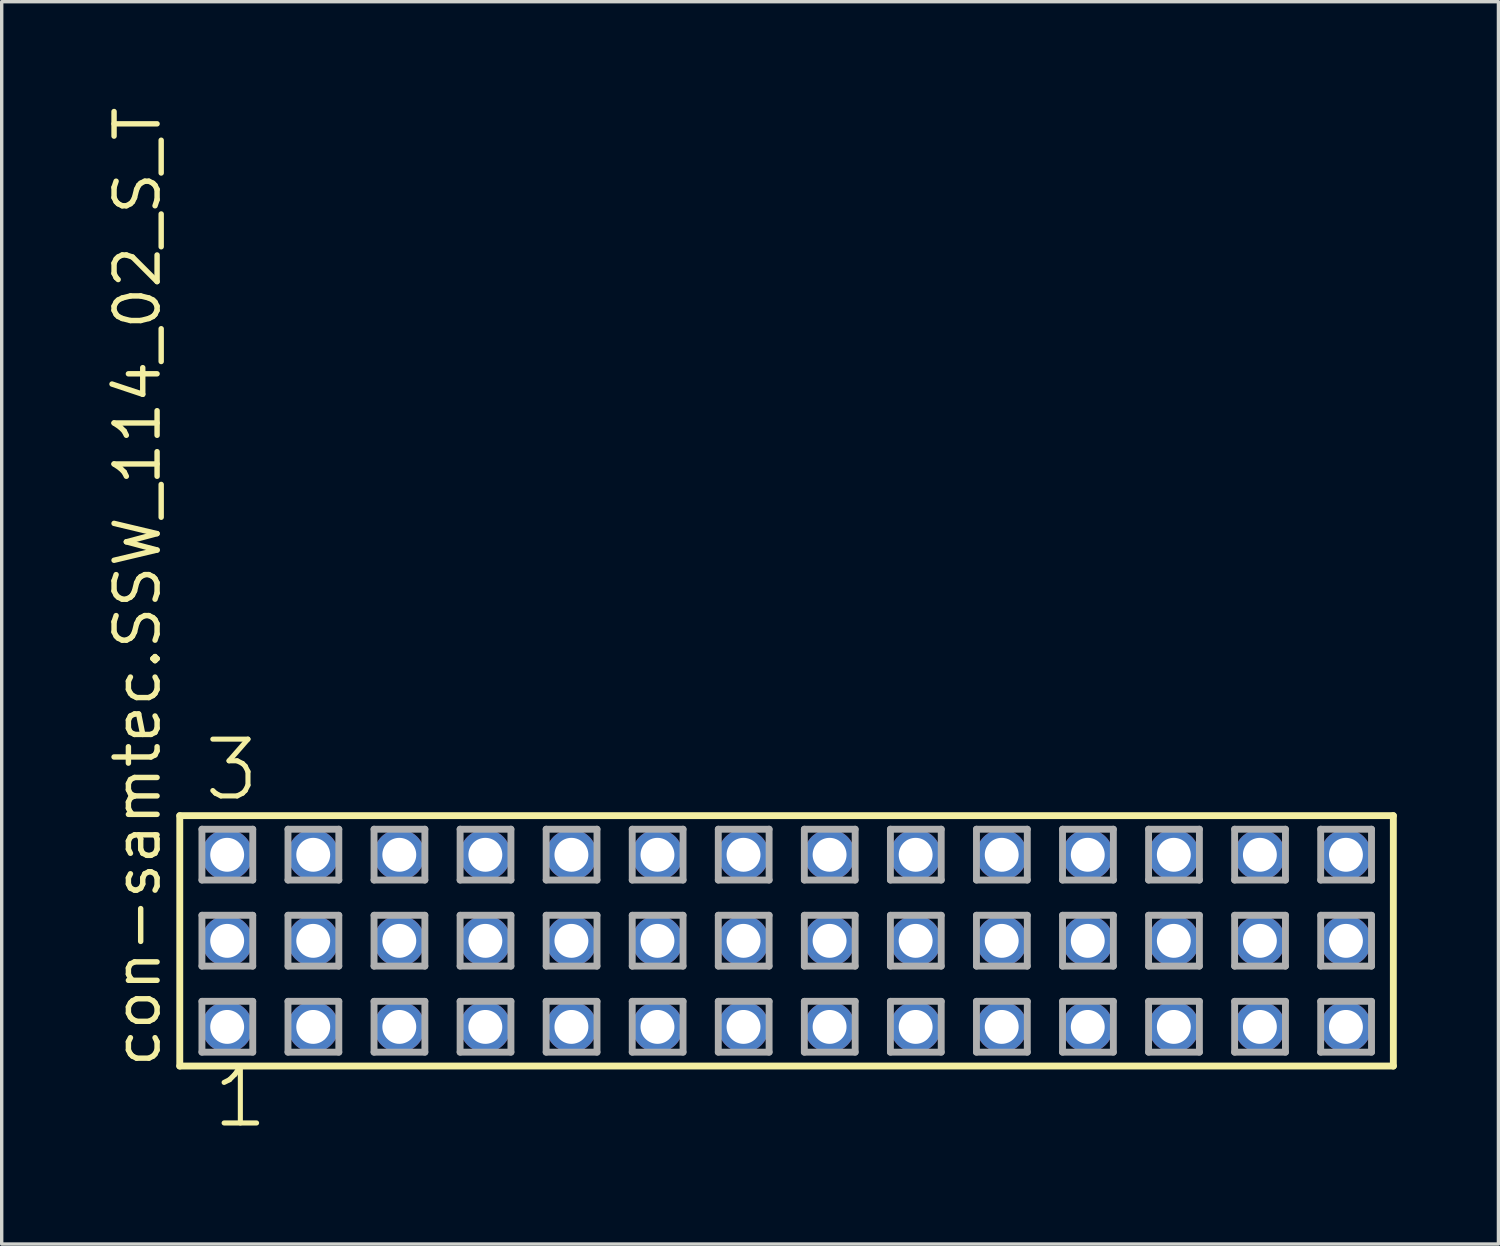
<source format=kicad_pcb>
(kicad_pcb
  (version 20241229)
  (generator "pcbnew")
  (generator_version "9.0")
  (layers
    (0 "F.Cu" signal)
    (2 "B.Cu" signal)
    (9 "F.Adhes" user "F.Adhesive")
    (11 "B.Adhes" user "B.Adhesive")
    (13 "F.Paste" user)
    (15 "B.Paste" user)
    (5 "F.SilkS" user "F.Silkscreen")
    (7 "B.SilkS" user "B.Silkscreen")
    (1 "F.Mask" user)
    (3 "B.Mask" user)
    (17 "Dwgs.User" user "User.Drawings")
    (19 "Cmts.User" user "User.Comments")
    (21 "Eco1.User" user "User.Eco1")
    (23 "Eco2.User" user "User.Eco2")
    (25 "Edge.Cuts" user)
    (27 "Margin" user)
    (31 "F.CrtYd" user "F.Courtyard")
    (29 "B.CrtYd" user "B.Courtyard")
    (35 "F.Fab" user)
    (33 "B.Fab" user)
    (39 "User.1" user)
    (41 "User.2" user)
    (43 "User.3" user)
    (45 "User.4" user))
  (footprint "con-samtec.SSW_114_02_S_T"
    (layer "F.Cu")
    (at 20.165 24.719)
    (property "Reference" "con-samtec.SSW_114_02_S_T" (at -18.415 3.81 90) (layer "F.SilkS") (effects (font (size 1.27 1.27) (thickness 0.16)) (justify left bottom)))
    (attr through_hole)
    (fp_line (start -17.909 -3.695) (end 17.909 -3.695) (stroke (width 0.203) (type default)) (layer "F.SilkS"))
    (fp_line (start -17.909 3.695) (end -17.909 -3.695) (stroke (width 0.203) (type default)) (layer "F.SilkS"))
    (fp_line (start 17.909 -3.695) (end 17.909 3.695) (stroke (width 0.203) (type default)) (layer "F.SilkS"))
    (fp_line (start 17.909 3.695) (end -17.909 3.695) (stroke (width 0.203) (type default)) (layer "F.SilkS"))
    (fp_line (start -17.255 -3.295) (end -15.755 -3.295) (stroke (width 0.203) (type default)) (layer "F.Fab"))
    (fp_line (start -17.255 -1.795) (end -17.255 -3.295) (stroke (width 0.203) (type default)) (layer "F.Fab"))
    (fp_line (start -17.255 -0.755) (end -15.755 -0.755) (stroke (width 0.203) (type default)) (layer "F.Fab"))
    (fp_line (start -17.255 0.745) (end -17.255 -0.755) (stroke (width 0.203) (type default)) (layer "F.Fab"))
    (fp_line (start -17.255 1.785) (end -15.755 1.785) (stroke (width 0.203) (type default)) (layer "F.Fab"))
    (fp_line (start -17.255 3.285) (end -17.255 1.785) (stroke (width 0.203) (type default)) (layer "F.Fab"))
    (fp_line (start -15.755 -3.295) (end -15.755 -1.795) (stroke (width 0.203) (type default)) (layer "F.Fab"))
    (fp_line (start -15.755 -1.795) (end -17.255 -1.795) (stroke (width 0.203) (type default)) (layer "F.Fab"))
    (fp_line (start -15.755 -0.755) (end -15.755 0.745) (stroke (width 0.203) (type default)) (layer "F.Fab"))
    (fp_line (start -15.755 0.745) (end -17.255 0.745) (stroke (width 0.203) (type default)) (layer "F.Fab"))
    (fp_line (start -15.755 1.785) (end -15.755 3.285) (stroke (width 0.203) (type default)) (layer "F.Fab"))
    (fp_line (start -15.755 3.285) (end -17.255 3.285) (stroke (width 0.203) (type default)) (layer "F.Fab"))
    (fp_line (start -14.715 -3.295) (end -13.215 -3.295) (stroke (width 0.203) (type default)) (layer "F.Fab"))
    (fp_line (start -14.715 -1.795) (end -14.715 -3.295) (stroke (width 0.203) (type default)) (layer "F.Fab"))
    (fp_line (start -14.715 -0.755) (end -13.215 -0.755) (stroke (width 0.203) (type default)) (layer "F.Fab"))
    (fp_line (start -14.715 0.745) (end -14.715 -0.755) (stroke (width 0.203) (type default)) (layer "F.Fab"))
    (fp_line (start -14.715 1.785) (end -13.215 1.785) (stroke (width 0.203) (type default)) (layer "F.Fab"))
    (fp_line (start -14.715 3.285) (end -14.715 1.785) (stroke (width 0.203) (type default)) (layer "F.Fab"))
    (fp_line (start -13.215 -3.295) (end -13.215 -1.795) (stroke (width 0.203) (type default)) (layer "F.Fab"))
    (fp_line (start -13.215 -1.795) (end -14.715 -1.795) (stroke (width 0.203) (type default)) (layer "F.Fab"))
    (fp_line (start -13.215 -0.755) (end -13.215 0.745) (stroke (width 0.203) (type default)) (layer "F.Fab"))
    (fp_line (start -13.215 0.745) (end -14.715 0.745) (stroke (width 0.203) (type default)) (layer "F.Fab"))
    (fp_line (start -13.215 1.785) (end -13.215 3.285) (stroke (width 0.203) (type default)) (layer "F.Fab"))
    (fp_line (start -13.215 3.285) (end -14.715 3.285) (stroke (width 0.203) (type default)) (layer "F.Fab"))
    (fp_line (start -12.175 -3.295) (end -10.675 -3.295) (stroke (width 0.203) (type default)) (layer "F.Fab"))
    (fp_line (start -12.175 -1.795) (end -12.175 -3.295) (stroke (width 0.203) (type default)) (layer "F.Fab"))
    (fp_line (start -12.175 -0.755) (end -10.675 -0.755) (stroke (width 0.203) (type default)) (layer "F.Fab"))
    (fp_line (start -12.175 0.745) (end -12.175 -0.755) (stroke (width 0.203) (type default)) (layer "F.Fab"))
    (fp_line (start -12.175 1.785) (end -10.675 1.785) (stroke (width 0.203) (type default)) (layer "F.Fab"))
    (fp_line (start -12.175 3.285) (end -12.175 1.785) (stroke (width 0.203) (type default)) (layer "F.Fab"))
    (fp_line (start -10.675 -3.295) (end -10.675 -1.795) (stroke (width 0.203) (type default)) (layer "F.Fab"))
    (fp_line (start -10.675 -1.795) (end -12.175 -1.795) (stroke (width 0.203) (type default)) (layer "F.Fab"))
    (fp_line (start -10.675 -0.755) (end -10.675 0.745) (stroke (width 0.203) (type default)) (layer "F.Fab"))
    (fp_line (start -10.675 0.745) (end -12.175 0.745) (stroke (width 0.203) (type default)) (layer "F.Fab"))
    (fp_line (start -10.675 1.785) (end -10.675 3.285) (stroke (width 0.203) (type default)) (layer "F.Fab"))
    (fp_line (start -10.675 3.285) (end -12.175 3.285) (stroke (width 0.203) (type default)) (layer "F.Fab"))
    (fp_line (start -9.635 -3.295) (end -8.135 -3.295) (stroke (width 0.203) (type default)) (layer "F.Fab"))
    (fp_line (start -9.635 -1.795) (end -9.635 -3.295) (stroke (width 0.203) (type default)) (layer "F.Fab"))
    (fp_line (start -9.635 -0.755) (end -8.135 -0.755) (stroke (width 0.203) (type default)) (layer "F.Fab"))
    (fp_line (start -9.635 0.745) (end -9.635 -0.755) (stroke (width 0.203) (type default)) (layer "F.Fab"))
    (fp_line (start -9.635 1.785) (end -8.135 1.785) (stroke (width 0.203) (type default)) (layer "F.Fab"))
    (fp_line (start -9.635 3.285) (end -9.635 1.785) (stroke (width 0.203) (type default)) (layer "F.Fab"))
    (fp_line (start -8.135 -3.295) (end -8.135 -1.795) (stroke (width 0.203) (type default)) (layer "F.Fab"))
    (fp_line (start -8.135 -1.795) (end -9.635 -1.795) (stroke (width 0.203) (type default)) (layer "F.Fab"))
    (fp_line (start -8.135 -0.755) (end -8.135 0.745) (stroke (width 0.203) (type default)) (layer "F.Fab"))
    (fp_line (start -8.135 0.745) (end -9.635 0.745) (stroke (width 0.203) (type default)) (layer "F.Fab"))
    (fp_line (start -8.135 1.785) (end -8.135 3.285) (stroke (width 0.203) (type default)) (layer "F.Fab"))
    (fp_line (start -8.135 3.285) (end -9.635 3.285) (stroke (width 0.203) (type default)) (layer "F.Fab"))
    (fp_line (start -7.095 -3.295) (end -5.595 -3.295) (stroke (width 0.203) (type default)) (layer "F.Fab"))
    (fp_line (start -7.095 -1.795) (end -7.095 -3.295) (stroke (width 0.203) (type default)) (layer "F.Fab"))
    (fp_line (start -7.095 -0.755) (end -5.595 -0.755) (stroke (width 0.203) (type default)) (layer "F.Fab"))
    (fp_line (start -7.095 0.745) (end -7.095 -0.755) (stroke (width 0.203) (type default)) (layer "F.Fab"))
    (fp_line (start -7.095 1.785) (end -5.595 1.785) (stroke (width 0.203) (type default)) (layer "F.Fab"))
    (fp_line (start -7.095 3.285) (end -7.095 1.785) (stroke (width 0.203) (type default)) (layer "F.Fab"))
    (fp_line (start -5.595 -3.295) (end -5.595 -1.795) (stroke (width 0.203) (type default)) (layer "F.Fab"))
    (fp_line (start -5.595 -1.795) (end -7.095 -1.795) (stroke (width 0.203) (type default)) (layer "F.Fab"))
    (fp_line (start -5.595 -0.755) (end -5.595 0.745) (stroke (width 0.203) (type default)) (layer "F.Fab"))
    (fp_line (start -5.595 0.745) (end -7.095 0.745) (stroke (width 0.203) (type default)) (layer "F.Fab"))
    (fp_line (start -5.595 1.785) (end -5.595 3.285) (stroke (width 0.203) (type default)) (layer "F.Fab"))
    (fp_line (start -5.595 3.285) (end -7.095 3.285) (stroke (width 0.203) (type default)) (layer "F.Fab"))
    (fp_line (start -4.555 -3.295) (end -3.055 -3.295) (stroke (width 0.203) (type default)) (layer "F.Fab"))
    (fp_line (start -4.555 -1.795) (end -4.555 -3.295) (stroke (width 0.203) (type default)) (layer "F.Fab"))
    (fp_line (start -4.555 -0.755) (end -3.055 -0.755) (stroke (width 0.203) (type default)) (layer "F.Fab"))
    (fp_line (start -4.555 0.745) (end -4.555 -0.755) (stroke (width 0.203) (type default)) (layer "F.Fab"))
    (fp_line (start -4.555 1.785) (end -3.055 1.785) (stroke (width 0.203) (type default)) (layer "F.Fab"))
    (fp_line (start -4.555 3.285) (end -4.555 1.785) (stroke (width 0.203) (type default)) (layer "F.Fab"))
    (fp_line (start -3.055 -3.295) (end -3.055 -1.795) (stroke (width 0.203) (type default)) (layer "F.Fab"))
    (fp_line (start -3.055 -1.795) (end -4.555 -1.795) (stroke (width 0.203) (type default)) (layer "F.Fab"))
    (fp_line (start -3.055 -0.755) (end -3.055 0.745) (stroke (width 0.203) (type default)) (layer "F.Fab"))
    (fp_line (start -3.055 0.745) (end -4.555 0.745) (stroke (width 0.203) (type default)) (layer "F.Fab"))
    (fp_line (start -3.055 1.785) (end -3.055 3.285) (stroke (width 0.203) (type default)) (layer "F.Fab"))
    (fp_line (start -3.055 3.285) (end -4.555 3.285) (stroke (width 0.203) (type default)) (layer "F.Fab"))
    (fp_line (start -2.015 -3.295) (end -0.515 -3.295) (stroke (width 0.203) (type default)) (layer "F.Fab"))
    (fp_line (start -2.015 -1.795) (end -2.015 -3.295) (stroke (width 0.203) (type default)) (layer "F.Fab"))
    (fp_line (start -2.015 -0.755) (end -0.515 -0.755) (stroke (width 0.203) (type default)) (layer "F.Fab"))
    (fp_line (start -2.015 0.745) (end -2.015 -0.755) (stroke (width 0.203) (type default)) (layer "F.Fab"))
    (fp_line (start -2.015 1.785) (end -0.515 1.785) (stroke (width 0.203) (type default)) (layer "F.Fab"))
    (fp_line (start -2.015 3.285) (end -2.015 1.785) (stroke (width 0.203) (type default)) (layer "F.Fab"))
    (fp_line (start -0.515 -3.295) (end -0.515 -1.795) (stroke (width 0.203) (type default)) (layer "F.Fab"))
    (fp_line (start -0.515 -1.795) (end -2.015 -1.795) (stroke (width 0.203) (type default)) (layer "F.Fab"))
    (fp_line (start -0.515 -0.755) (end -0.515 0.745) (stroke (width 0.203) (type default)) (layer "F.Fab"))
    (fp_line (start -0.515 0.745) (end -2.015 0.745) (stroke (width 0.203) (type default)) (layer "F.Fab"))
    (fp_line (start -0.515 1.785) (end -0.515 3.285) (stroke (width 0.203) (type default)) (layer "F.Fab"))
    (fp_line (start -0.515 3.285) (end -2.015 3.285) (stroke (width 0.203) (type default)) (layer "F.Fab"))
    (fp_line (start 0.525 -3.295) (end 2.025 -3.295) (stroke (width 0.203) (type default)) (layer "F.Fab"))
    (fp_line (start 0.525 -1.795) (end 0.525 -3.295) (stroke (width 0.203) (type default)) (layer "F.Fab"))
    (fp_line (start 0.525 -0.755) (end 2.025 -0.755) (stroke (width 0.203) (type default)) (layer "F.Fab"))
    (fp_line (start 0.525 0.745) (end 0.525 -0.755) (stroke (width 0.203) (type default)) (layer "F.Fab"))
    (fp_line (start 0.525 1.785) (end 2.025 1.785) (stroke (width 0.203) (type default)) (layer "F.Fab"))
    (fp_line (start 0.525 3.285) (end 0.525 1.785) (stroke (width 0.203) (type default)) (layer "F.Fab"))
    (fp_line (start 2.025 -3.295) (end 2.025 -1.795) (stroke (width 0.203) (type default)) (layer "F.Fab"))
    (fp_line (start 2.025 -1.795) (end 0.525 -1.795) (stroke (width 0.203) (type default)) (layer "F.Fab"))
    (fp_line (start 2.025 -0.755) (end 2.025 0.745) (stroke (width 0.203) (type default)) (layer "F.Fab"))
    (fp_line (start 2.025 0.745) (end 0.525 0.745) (stroke (width 0.203) (type default)) (layer "F.Fab"))
    (fp_line (start 2.025 1.785) (end 2.025 3.285) (stroke (width 0.203) (type default)) (layer "F.Fab"))
    (fp_line (start 2.025 3.285) (end 0.525 3.285) (stroke (width 0.203) (type default)) (layer "F.Fab"))
    (fp_line (start 3.065 -3.295) (end 4.565 -3.295) (stroke (width 0.203) (type default)) (layer "F.Fab"))
    (fp_line (start 3.065 -1.795) (end 3.065 -3.295) (stroke (width 0.203) (type default)) (layer "F.Fab"))
    (fp_line (start 3.065 -0.755) (end 4.565 -0.755) (stroke (width 0.203) (type default)) (layer "F.Fab"))
    (fp_line (start 3.065 0.745) (end 3.065 -0.755) (stroke (width 0.203) (type default)) (layer "F.Fab"))
    (fp_line (start 3.065 1.785) (end 4.565 1.785) (stroke (width 0.203) (type default)) (layer "F.Fab"))
    (fp_line (start 3.065 3.285) (end 3.065 1.785) (stroke (width 0.203) (type default)) (layer "F.Fab"))
    (fp_line (start 4.565 -3.295) (end 4.565 -1.795) (stroke (width 0.203) (type default)) (layer "F.Fab"))
    (fp_line (start 4.565 -1.795) (end 3.065 -1.795) (stroke (width 0.203) (type default)) (layer "F.Fab"))
    (fp_line (start 4.565 -0.755) (end 4.565 0.745) (stroke (width 0.203) (type default)) (layer "F.Fab"))
    (fp_line (start 4.565 0.745) (end 3.065 0.745) (stroke (width 0.203) (type default)) (layer "F.Fab"))
    (fp_line (start 4.565 1.785) (end 4.565 3.285) (stroke (width 0.203) (type default)) (layer "F.Fab"))
    (fp_line (start 4.565 3.285) (end 3.065 3.285) (stroke (width 0.203) (type default)) (layer "F.Fab"))
    (fp_line (start 5.605 -3.295) (end 7.105 -3.295) (stroke (width 0.203) (type default)) (layer "F.Fab"))
    (fp_line (start 5.605 -1.795) (end 5.605 -3.295) (stroke (width 0.203) (type default)) (layer "F.Fab"))
    (fp_line (start 5.605 -0.755) (end 7.105 -0.755) (stroke (width 0.203) (type default)) (layer "F.Fab"))
    (fp_line (start 5.605 0.745) (end 5.605 -0.755) (stroke (width 0.203) (type default)) (layer "F.Fab"))
    (fp_line (start 5.605 1.785) (end 7.105 1.785) (stroke (width 0.203) (type default)) (layer "F.Fab"))
    (fp_line (start 5.605 3.285) (end 5.605 1.785) (stroke (width 0.203) (type default)) (layer "F.Fab"))
    (fp_line (start 7.105 -3.295) (end 7.105 -1.795) (stroke (width 0.203) (type default)) (layer "F.Fab"))
    (fp_line (start 7.105 -1.795) (end 5.605 -1.795) (stroke (width 0.203) (type default)) (layer "F.Fab"))
    (fp_line (start 7.105 -0.755) (end 7.105 0.745) (stroke (width 0.203) (type default)) (layer "F.Fab"))
    (fp_line (start 7.105 0.745) (end 5.605 0.745) (stroke (width 0.203) (type default)) (layer "F.Fab"))
    (fp_line (start 7.105 1.785) (end 7.105 3.285) (stroke (width 0.203) (type default)) (layer "F.Fab"))
    (fp_line (start 7.105 3.285) (end 5.605 3.285) (stroke (width 0.203) (type default)) (layer "F.Fab"))
    (fp_line (start 8.145 -3.295) (end 9.645 -3.295) (stroke (width 0.203) (type default)) (layer "F.Fab"))
    (fp_line (start 8.145 -1.795) (end 8.145 -3.295) (stroke (width 0.203) (type default)) (layer "F.Fab"))
    (fp_line (start 8.145 -0.755) (end 9.645 -0.755) (stroke (width 0.203) (type default)) (layer "F.Fab"))
    (fp_line (start 8.145 0.745) (end 8.145 -0.755) (stroke (width 0.203) (type default)) (layer "F.Fab"))
    (fp_line (start 8.145 1.785) (end 9.645 1.785) (stroke (width 0.203) (type default)) (layer "F.Fab"))
    (fp_line (start 8.145 3.285) (end 8.145 1.785) (stroke (width 0.203) (type default)) (layer "F.Fab"))
    (fp_line (start 9.645 -3.295) (end 9.645 -1.795) (stroke (width 0.203) (type default)) (layer "F.Fab"))
    (fp_line (start 9.645 -1.795) (end 8.145 -1.795) (stroke (width 0.203) (type default)) (layer "F.Fab"))
    (fp_line (start 9.645 -0.755) (end 9.645 0.745) (stroke (width 0.203) (type default)) (layer "F.Fab"))
    (fp_line (start 9.645 0.745) (end 8.145 0.745) (stroke (width 0.203) (type default)) (layer "F.Fab"))
    (fp_line (start 9.645 1.785) (end 9.645 3.285) (stroke (width 0.203) (type default)) (layer "F.Fab"))
    (fp_line (start 9.645 3.285) (end 8.145 3.285) (stroke (width 0.203) (type default)) (layer "F.Fab"))
    (fp_line (start 10.685 -3.295) (end 12.185 -3.295) (stroke (width 0.203) (type default)) (layer "F.Fab"))
    (fp_line (start 10.685 -1.795) (end 10.685 -3.295) (stroke (width 0.203) (type default)) (layer "F.Fab"))
    (fp_line (start 10.685 -0.755) (end 12.185 -0.755) (stroke (width 0.203) (type default)) (layer "F.Fab"))
    (fp_line (start 10.685 0.745) (end 10.685 -0.755) (stroke (width 0.203) (type default)) (layer "F.Fab"))
    (fp_line (start 10.685 1.785) (end 12.185 1.785) (stroke (width 0.203) (type default)) (layer "F.Fab"))
    (fp_line (start 10.685 3.285) (end 10.685 1.785) (stroke (width 0.203) (type default)) (layer "F.Fab"))
    (fp_line (start 12.185 -3.295) (end 12.185 -1.795) (stroke (width 0.203) (type default)) (layer "F.Fab"))
    (fp_line (start 12.185 -1.795) (end 10.685 -1.795) (stroke (width 0.203) (type default)) (layer "F.Fab"))
    (fp_line (start 12.185 -0.755) (end 12.185 0.745) (stroke (width 0.203) (type default)) (layer "F.Fab"))
    (fp_line (start 12.185 0.745) (end 10.685 0.745) (stroke (width 0.203) (type default)) (layer "F.Fab"))
    (fp_line (start 12.185 1.785) (end 12.185 3.285) (stroke (width 0.203) (type default)) (layer "F.Fab"))
    (fp_line (start 12.185 3.285) (end 10.685 3.285) (stroke (width 0.203) (type default)) (layer "F.Fab"))
    (fp_line (start 13.225 -3.295) (end 14.725 -3.295) (stroke (width 0.203) (type default)) (layer "F.Fab"))
    (fp_line (start 13.225 -1.795) (end 13.225 -3.295) (stroke (width 0.203) (type default)) (layer "F.Fab"))
    (fp_line (start 13.225 -0.755) (end 14.725 -0.755) (stroke (width 0.203) (type default)) (layer "F.Fab"))
    (fp_line (start 13.225 0.745) (end 13.225 -0.755) (stroke (width 0.203) (type default)) (layer "F.Fab"))
    (fp_line (start 13.225 1.785) (end 14.725 1.785) (stroke (width 0.203) (type default)) (layer "F.Fab"))
    (fp_line (start 13.225 3.285) (end 13.225 1.785) (stroke (width 0.203) (type default)) (layer "F.Fab"))
    (fp_line (start 14.725 -3.295) (end 14.725 -1.795) (stroke (width 0.203) (type default)) (layer "F.Fab"))
    (fp_line (start 14.725 -1.795) (end 13.225 -1.795) (stroke (width 0.203) (type default)) (layer "F.Fab"))
    (fp_line (start 14.725 -0.755) (end 14.725 0.745) (stroke (width 0.203) (type default)) (layer "F.Fab"))
    (fp_line (start 14.725 0.745) (end 13.225 0.745) (stroke (width 0.203) (type default)) (layer "F.Fab"))
    (fp_line (start 14.725 1.785) (end 14.725 3.285) (stroke (width 0.203) (type default)) (layer "F.Fab"))
    (fp_line (start 14.725 3.285) (end 13.225 3.285) (stroke (width 0.203) (type default)) (layer "F.Fab"))
    (fp_line (start 15.765 -3.295) (end 17.265 -3.295) (stroke (width 0.203) (type default)) (layer "F.Fab"))
    (fp_line (start 15.765 -1.795) (end 15.765 -3.295) (stroke (width 0.203) (type default)) (layer "F.Fab"))
    (fp_line (start 15.765 -0.755) (end 17.265 -0.755) (stroke (width 0.203) (type default)) (layer "F.Fab"))
    (fp_line (start 15.765 0.745) (end 15.765 -0.755) (stroke (width 0.203) (type default)) (layer "F.Fab"))
    (fp_line (start 15.765 1.785) (end 17.265 1.785) (stroke (width 0.203) (type default)) (layer "F.Fab"))
    (fp_line (start 15.765 3.285) (end 15.765 1.785) (stroke (width 0.203) (type default)) (layer "F.Fab"))
    (fp_line (start 17.265 -3.295) (end 17.265 -1.795) (stroke (width 0.203) (type default)) (layer "F.Fab"))
    (fp_line (start 17.265 -1.795) (end 15.765 -1.795) (stroke (width 0.203) (type default)) (layer "F.Fab"))
    (fp_line (start 17.265 -0.755) (end 17.265 0.745) (stroke (width 0.203) (type default)) (layer "F.Fab"))
    (fp_line (start 17.265 0.745) (end 15.765 0.745) (stroke (width 0.203) (type default)) (layer "F.Fab"))
    (fp_line (start 17.265 1.785) (end 17.265 3.285) (stroke (width 0.203) (type default)) (layer "F.Fab"))
    (fp_line (start 17.265 3.285) (end 15.765 3.285) (stroke (width 0.203) (type default)) (layer "F.Fab"))
    (fp_text user "1" (at -17.018 5.588 0) (layer "F.SilkS") (effects (font (size 1.676 1.676) (thickness 0.15)) (justify left bottom)))
    (fp_text user "3" (at -17.272 -4.064 0) (layer "F.SilkS") (effects (font (size 1.676 1.676) (thickness 0.15)) (justify left bottom)))
    (pad "1" thru_hole circle (at -16.51 2.54) (size 1.5 1.5) (drill 1) (layers "*.Cu" "*.Mask"))
    (pad "2" thru_hole circle (at -16.51 0) (size 1.5 1.5) (drill 1) (layers "*.Cu" "*.Mask"))
    (pad "3" thru_hole circle (at -16.51 -2.54) (size 1.5 1.5) (drill 1) (layers "*.Cu" "*.Mask"))
    (pad "4" thru_hole circle (at -13.97 2.54) (size 1.5 1.5) (drill 1) (layers "*.Cu" "*.Mask"))
    (pad "5" thru_hole circle (at -13.97 0) (size 1.5 1.5) (drill 1) (layers "*.Cu" "*.Mask"))
    (pad "6" thru_hole circle (at -13.97 -2.54) (size 1.5 1.5) (drill 1) (layers "*.Cu" "*.Mask"))
    (pad "7" thru_hole circle (at -11.43 2.54) (size 1.5 1.5) (drill 1) (layers "*.Cu" "*.Mask"))
    (pad "8" thru_hole circle (at -11.43 0) (size 1.5 1.5) (drill 1) (layers "*.Cu" "*.Mask"))
    (pad "9" thru_hole circle (at -11.43 -2.54) (size 1.5 1.5) (drill 1) (layers "*.Cu" "*.Mask"))
    (pad "10" thru_hole circle (at -8.89 2.54) (size 1.5 1.5) (drill 1) (layers "*.Cu" "*.Mask"))
    (pad "11" thru_hole circle (at -8.89 0) (size 1.5 1.5) (drill 1) (layers "*.Cu" "*.Mask"))
    (pad "12" thru_hole circle (at -8.89 -2.54) (size 1.5 1.5) (drill 1) (layers "*.Cu" "*.Mask"))
    (pad "13" thru_hole circle (at -6.35 2.54) (size 1.5 1.5) (drill 1) (layers "*.Cu" "*.Mask"))
    (pad "14" thru_hole circle (at -6.35 0) (size 1.5 1.5) (drill 1) (layers "*.Cu" "*.Mask"))
    (pad "15" thru_hole circle (at -6.35 -2.54) (size 1.5 1.5) (drill 1) (layers "*.Cu" "*.Mask"))
    (pad "16" thru_hole circle (at -3.81 2.54) (size 1.5 1.5) (drill 1) (layers "*.Cu" "*.Mask"))
    (pad "17" thru_hole circle (at -3.81 0) (size 1.5 1.5) (drill 1) (layers "*.Cu" "*.Mask"))
    (pad "18" thru_hole circle (at -3.81 -2.54) (size 1.5 1.5) (drill 1) (layers "*.Cu" "*.Mask"))
    (pad "19" thru_hole circle (at -1.27 2.54) (size 1.5 1.5) (drill 1) (layers "*.Cu" "*.Mask"))
    (pad "20" thru_hole circle (at -1.27 0) (size 1.5 1.5) (drill 1) (layers "*.Cu" "*.Mask"))
    (pad "21" thru_hole circle (at -1.27 -2.54) (size 1.5 1.5) (drill 1) (layers "*.Cu" "*.Mask"))
    (pad "22" thru_hole circle (at 1.27 2.54) (size 1.5 1.5) (drill 1) (layers "*.Cu" "*.Mask"))
    (pad "23" thru_hole circle (at 1.27 0) (size 1.5 1.5) (drill 1) (layers "*.Cu" "*.Mask"))
    (pad "24" thru_hole circle (at 1.27 -2.54) (size 1.5 1.5) (drill 1) (layers "*.Cu" "*.Mask"))
    (pad "25" thru_hole circle (at 3.81 2.54) (size 1.5 1.5) (drill 1) (layers "*.Cu" "*.Mask"))
    (pad "26" thru_hole circle (at 3.81 0) (size 1.5 1.5) (drill 1) (layers "*.Cu" "*.Mask"))
    (pad "27" thru_hole circle (at 3.81 -2.54) (size 1.5 1.5) (drill 1) (layers "*.Cu" "*.Mask"))
    (pad "28" thru_hole circle (at 6.35 2.54) (size 1.5 1.5) (drill 1) (layers "*.Cu" "*.Mask"))
    (pad "29" thru_hole circle (at 6.35 0) (size 1.5 1.5) (drill 1) (layers "*.Cu" "*.Mask"))
    (pad "30" thru_hole circle (at 6.35 -2.54) (size 1.5 1.5) (drill 1) (layers "*.Cu" "*.Mask"))
    (pad "31" thru_hole circle (at 8.89 2.54) (size 1.5 1.5) (drill 1) (layers "*.Cu" "*.Mask"))
    (pad "32" thru_hole circle (at 8.89 0) (size 1.5 1.5) (drill 1) (layers "*.Cu" "*.Mask"))
    (pad "33" thru_hole circle (at 8.89 -2.54) (size 1.5 1.5) (drill 1) (layers "*.Cu" "*.Mask"))
    (pad "34" thru_hole circle (at 11.43 2.54) (size 1.5 1.5) (drill 1) (layers "*.Cu" "*.Mask"))
    (pad "35" thru_hole circle (at 11.43 0) (size 1.5 1.5) (drill 1) (layers "*.Cu" "*.Mask"))
    (pad "36" thru_hole circle (at 11.43 -2.54) (size 1.5 1.5) (drill 1) (layers "*.Cu" "*.Mask"))
    (pad "37" thru_hole circle (at 13.97 2.54) (size 1.5 1.5) (drill 1) (layers "*.Cu" "*.Mask"))
    (pad "38" thru_hole circle (at 13.97 0) (size 1.5 1.5) (drill 1) (layers "*.Cu" "*.Mask"))
    (pad "39" thru_hole circle (at 13.97 -2.54) (size 1.5 1.5) (drill 1) (layers "*.Cu" "*.Mask"))
    (pad "40" thru_hole circle (at 16.51 2.54) (size 1.5 1.5) (drill 1) (layers "*.Cu" "*.Mask"))
    (pad "41" thru_hole circle (at 16.51 0) (size 1.5 1.5) (drill 1) (layers "*.Cu" "*.Mask"))
    (pad "42" thru_hole circle (at 16.51 -2.54) (size 1.5 1.5) (drill 1) (layers "*.Cu" "*.Mask")))
  (gr_rect
    (start -3 -3)
    (end 41.176 33.668)
    (stroke (width 0.1) (type default))
    (fill no)
    (layer "Edge.Cuts")))
</source>
